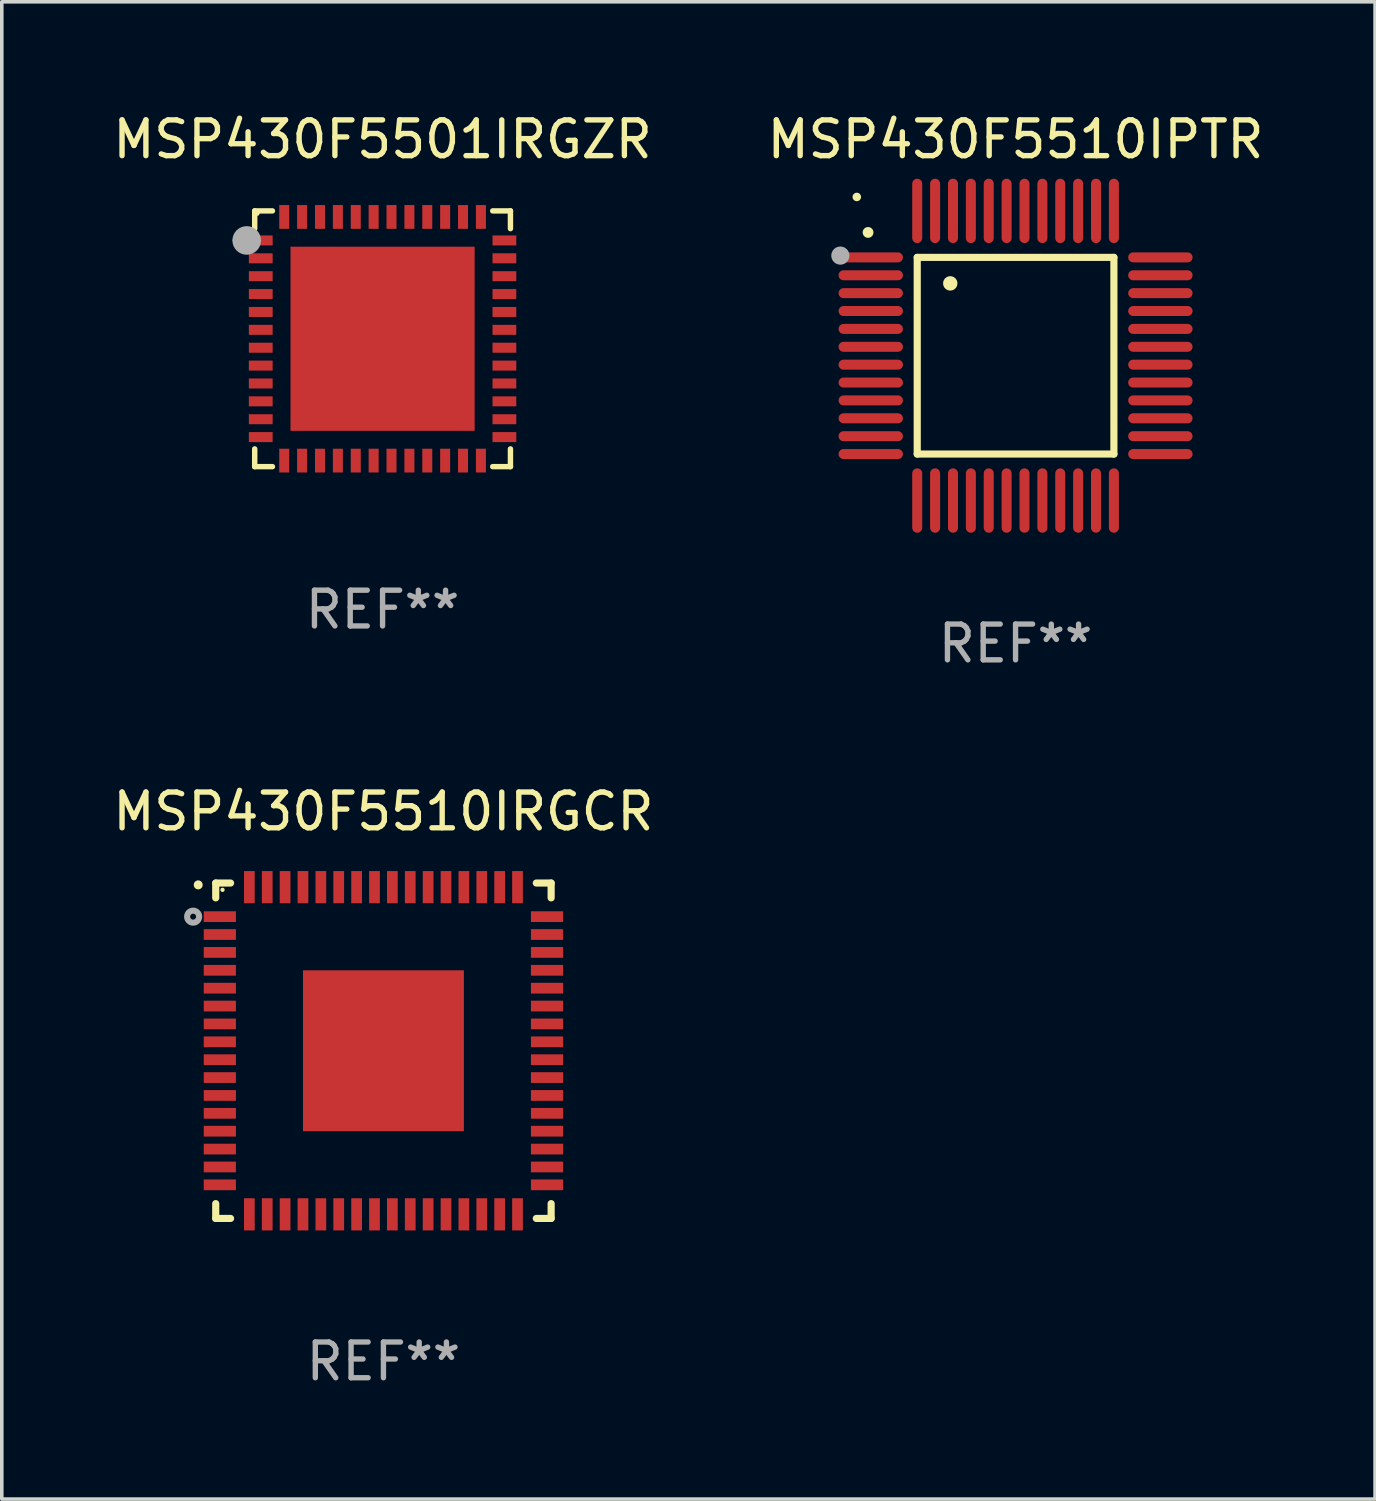
<source format=kicad_pcb>
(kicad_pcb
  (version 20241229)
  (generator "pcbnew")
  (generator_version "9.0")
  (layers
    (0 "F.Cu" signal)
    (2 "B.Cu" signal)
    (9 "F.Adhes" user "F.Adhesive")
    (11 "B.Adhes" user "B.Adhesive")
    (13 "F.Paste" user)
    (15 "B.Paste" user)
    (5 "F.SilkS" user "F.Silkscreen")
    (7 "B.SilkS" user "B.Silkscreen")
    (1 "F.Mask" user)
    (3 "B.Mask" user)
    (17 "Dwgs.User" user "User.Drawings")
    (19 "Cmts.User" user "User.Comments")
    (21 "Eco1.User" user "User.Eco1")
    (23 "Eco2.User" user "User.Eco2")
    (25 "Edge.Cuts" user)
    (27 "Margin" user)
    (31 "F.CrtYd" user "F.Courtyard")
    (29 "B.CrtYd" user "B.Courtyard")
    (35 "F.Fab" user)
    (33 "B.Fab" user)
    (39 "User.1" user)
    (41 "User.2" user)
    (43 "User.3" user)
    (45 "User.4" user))
  (footprint "MSP430F5510IRGCR"
    (layer "F.Cu")
    (at 7.673 26.335)
    (property "Reference" "MSP430F5510IRGCR" (at 0 -6.69 0) (layer "F.SilkS") (effects (font (size 1 1) (thickness 0.15))))
    (attr through_hole)
    (fp_line (start -4.69 -4.69) (end -4.275 -4.69) (stroke (width 0.2) (type solid)) (layer "F.SilkS"))
    (fp_line (start -4.69 -4.275) (end -4.69 -4.69) (stroke (width 0.2) (type solid)) (layer "F.SilkS"))
    (fp_line (start -4.69 4.275) (end -4.69 4.69) (stroke (width 0.2) (type solid)) (layer "F.SilkS"))
    (fp_line (start -4.69 4.69) (end -4.275 4.69) (stroke (width 0.2) (type solid)) (layer "F.SilkS"))
    (fp_line (start 4.275 -4.69) (end 4.69 -4.69) (stroke (width 0.2) (type solid)) (layer "F.SilkS"))
    (fp_line (start 4.275 4.69) (end 4.69 4.69) (stroke (width 0.2) (type solid)) (layer "F.SilkS"))
    (fp_line (start 4.69 -4.69) (end 4.69 -4.275) (stroke (width 0.2) (type solid)) (layer "F.SilkS"))
    (fp_line (start 4.69 4.69) (end 4.69 4.275) (stroke (width 0.2) (type solid)) (layer "F.SilkS"))
    (fp_arc (start -5.18001 -4.637338) (mid -5.180016 -4.638608) (end -5.18001 -4.639878) (stroke (width 0.24892) (type solid)) (layer "F.SilkS"))
    (fp_circle (center -4.5 -4.5) (end -4.47 -4.5) (stroke (width 0.06) (type solid)) (fill no) (layer "F.SilkS"))
    (fp_circle (center -5.322 -3.75) (end -5.239 -3.75) (stroke (width 0.17) (type solid)) (fill no) (layer "F.Fab"))
    (fp_text user "REF**" (at 0 8.69 0) (layer "F.Fab") (effects (font (size 1 1) (thickness 0.15))))
    (pad "1" smd rect (at -4.575 -3.75) (size 0.9 0.3) (layers "F.Cu" "F.Mask" "F.Paste"))
    (pad "2" smd rect (at -4.575 -3.25) (size 0.9 0.3) (layers "F.Cu" "F.Mask" "F.Paste"))
    (pad "3" smd rect (at -4.575 -2.75) (size 0.9 0.3) (layers "F.Cu" "F.Mask" "F.Paste"))
    (pad "4" smd rect (at -4.575 -2.25) (size 0.9 0.3) (layers "F.Cu" "F.Mask" "F.Paste"))
    (pad "5" smd rect (at -4.575 -1.75) (size 0.9 0.3) (layers "F.Cu" "F.Mask" "F.Paste"))
    (pad "6" smd rect (at -4.575 -1.25) (size 0.9 0.3) (layers "F.Cu" "F.Mask" "F.Paste"))
    (pad "7" smd rect (at -4.575 -0.75) (size 0.9 0.3) (layers "F.Cu" "F.Mask" "F.Paste"))
    (pad "8" smd rect (at -4.575 -0.25) (size 0.9 0.3) (layers "F.Cu" "F.Mask" "F.Paste"))
    (pad "9" smd rect (at -4.575 0.25) (size 0.9 0.3) (layers "F.Cu" "F.Mask" "F.Paste"))
    (pad "10" smd rect (at -4.575 0.75) (size 0.9 0.3) (layers "F.Cu" "F.Mask" "F.Paste"))
    (pad "11" smd rect (at -4.575 1.25) (size 0.9 0.3) (layers "F.Cu" "F.Mask" "F.Paste"))
    (pad "12" smd rect (at -4.575 1.75) (size 0.9 0.3) (layers "F.Cu" "F.Mask" "F.Paste"))
    (pad "13" smd rect (at -4.575 2.25) (size 0.9 0.3) (layers "F.Cu" "F.Mask" "F.Paste"))
    (pad "14" smd rect (at -4.575 2.75) (size 0.9 0.3) (layers "F.Cu" "F.Mask" "F.Paste"))
    (pad "15" smd rect (at -4.575 3.25) (size 0.9 0.3) (layers "F.Cu" "F.Mask" "F.Paste"))
    (pad "16" smd rect (at -4.575 3.75) (size 0.9 0.3) (layers "F.Cu" "F.Mask" "F.Paste"))
    (pad "17" smd rect (at -3.75 4.575 90) (size 0.9 0.3) (layers "F.Cu" "F.Mask" "F.Paste"))
    (pad "18" smd rect (at -3.25 4.575 90) (size 0.9 0.3) (layers "F.Cu" "F.Mask" "F.Paste"))
    (pad "19" smd rect (at -2.75 4.575 90) (size 0.9 0.3) (layers "F.Cu" "F.Mask" "F.Paste"))
    (pad "20" smd rect (at -2.25 4.575 90) (size 0.9 0.3) (layers "F.Cu" "F.Mask" "F.Paste"))
    (pad "21" smd rect (at -1.75 4.575 90) (size 0.9 0.3) (layers "F.Cu" "F.Mask" "F.Paste"))
    (pad "22" smd rect (at -1.25 4.575 90) (size 0.9 0.3) (layers "F.Cu" "F.Mask" "F.Paste"))
    (pad "23" smd rect (at -0.75 4.575 90) (size 0.9 0.3) (layers "F.Cu" "F.Mask" "F.Paste"))
    (pad "24" smd rect (at -0.25 4.575 90) (size 0.9 0.3) (layers "F.Cu" "F.Mask" "F.Paste"))
    (pad "25" smd rect (at 0.25 4.575 90) (size 0.9 0.3) (layers "F.Cu" "F.Mask" "F.Paste"))
    (pad "26" smd rect (at 0.75 4.575 90) (size 0.9 0.3) (layers "F.Cu" "F.Mask" "F.Paste"))
    (pad "27" smd rect (at 1.25 4.575 90) (size 0.9 0.3) (layers "F.Cu" "F.Mask" "F.Paste"))
    (pad "28" smd rect (at 1.75 4.575 90) (size 0.9 0.3) (layers "F.Cu" "F.Mask" "F.Paste"))
    (pad "29" smd rect (at 2.25 4.575 90) (size 0.9 0.3) (layers "F.Cu" "F.Mask" "F.Paste"))
    (pad "30" smd rect (at 2.75 4.575 90) (size 0.9 0.3) (layers "F.Cu" "F.Mask" "F.Paste"))
    (pad "31" smd rect (at 3.25 4.575 90) (size 0.9 0.3) (layers "F.Cu" "F.Mask" "F.Paste"))
    (pad "32" smd rect (at 3.75 4.575 90) (size 0.9 0.3) (layers "F.Cu" "F.Mask" "F.Paste"))
    (pad "33" smd rect (at 4.575 3.75 180) (size 0.9 0.3) (layers "F.Cu" "F.Mask" "F.Paste"))
    (pad "34" smd rect (at 4.575 3.25) (size 0.9 0.3) (layers "F.Cu" "F.Mask" "F.Paste"))
    (pad "35" smd rect (at 4.575 2.75) (size 0.9 0.3) (layers "F.Cu" "F.Mask" "F.Paste"))
    (pad "36" smd rect (at 4.575 2.25) (size 0.9 0.3) (layers "F.Cu" "F.Mask" "F.Paste"))
    (pad "37" smd rect (at 4.575 1.75) (size 0.9 0.3) (layers "F.Cu" "F.Mask" "F.Paste"))
    (pad "38" smd rect (at 4.575 1.25) (size 0.9 0.3) (layers "F.Cu" "F.Mask" "F.Paste"))
    (pad "39" smd rect (at 4.575 0.75) (size 0.9 0.3) (layers "F.Cu" "F.Mask" "F.Paste"))
    (pad "40" smd rect (at 4.575 0.25) (size 0.9 0.3) (layers "F.Cu" "F.Mask" "F.Paste"))
    (pad "41" smd rect (at 4.575 -0.25) (size 0.9 0.3) (layers "F.Cu" "F.Mask" "F.Paste"))
    (pad "42" smd rect (at 4.575 -0.75) (size 0.9 0.3) (layers "F.Cu" "F.Mask" "F.Paste"))
    (pad "43" smd rect (at 4.575 -1.25) (size 0.9 0.3) (layers "F.Cu" "F.Mask" "F.Paste"))
    (pad "44" smd rect (at 4.575 -1.75) (size 0.9 0.3) (layers "F.Cu" "F.Mask" "F.Paste"))
    (pad "45" smd rect (at 4.575 -2.25) (size 0.9 0.3) (layers "F.Cu" "F.Mask" "F.Paste"))
    (pad "46" smd rect (at 4.575 -2.75) (size 0.9 0.3) (layers "F.Cu" "F.Mask" "F.Paste"))
    (pad "47" smd rect (at 4.575 -3.25) (size 0.9 0.3) (layers "F.Cu" "F.Mask" "F.Paste"))
    (pad "48" smd rect (at 4.575 -3.75) (size 0.9 0.3) (layers "F.Cu" "F.Mask" "F.Paste"))
    (pad "49" smd rect (at 3.75 -4.575 90) (size 0.9 0.3) (layers "F.Cu" "F.Mask" "F.Paste"))
    (pad "50" smd rect (at 3.25 -4.575 90) (size 0.9 0.3) (layers "F.Cu" "F.Mask" "F.Paste"))
    (pad "51" smd rect (at 2.75 -4.575 90) (size 0.9 0.3) (layers "F.Cu" "F.Mask" "F.Paste"))
    (pad "52" smd rect (at 2.25 -4.575 90) (size 0.9 0.3) (layers "F.Cu" "F.Mask" "F.Paste"))
    (pad "53" smd rect (at 1.75 -4.575 90) (size 0.9 0.3) (layers "F.Cu" "F.Mask" "F.Paste"))
    (pad "54" smd rect (at 1.25 -4.575 90) (size 0.9 0.3) (layers "F.Cu" "F.Mask" "F.Paste"))
    (pad "55" smd rect (at 0.75 -4.575 90) (size 0.9 0.3) (layers "F.Cu" "F.Mask" "F.Paste"))
    (pad "56" smd rect (at 0.25 -4.575 90) (size 0.9 0.3) (layers "F.Cu" "F.Mask" "F.Paste"))
    (pad "57" smd rect (at -0.25 -4.575 90) (size 0.9 0.3) (layers "F.Cu" "F.Mask" "F.Paste"))
    (pad "58" smd rect (at -0.75 -4.575 90) (size 0.9 0.3) (layers "F.Cu" "F.Mask" "F.Paste"))
    (pad "59" smd rect (at -1.25 -4.575 90) (size 0.9 0.3) (layers "F.Cu" "F.Mask" "F.Paste"))
    (pad "60" smd rect (at -1.75 -4.575 90) (size 0.9 0.3) (layers "F.Cu" "F.Mask" "F.Paste"))
    (pad "61" smd rect (at -2.25 -4.575 90) (size 0.9 0.3) (layers "F.Cu" "F.Mask" "F.Paste"))
    (pad "62" smd rect (at -2.75 -4.575 90) (size 0.9 0.3) (layers "F.Cu" "F.Mask" "F.Paste"))
    (pad "63" smd rect (at -3.25 -4.575 90) (size 0.9 0.3) (layers "F.Cu" "F.Mask" "F.Paste"))
    (pad "64" smd rect (at -3.75 -4.575 90) (size 0.9 0.3) (layers "F.Cu" "F.Mask" "F.Paste"))
    (pad "65" smd rect (at 0 0.000381) (size 4.5 4.5) (layers "F.Cu" "F.Mask" "F.Paste")))
  (footprint "MSP430F5510IPTR"
    (layer "F.Cu")
    (at 25.351 6.898)
    (property "Reference" "MSP430F5510IPTR" (at 0 -6.05 0) (layer "F.SilkS") (effects (font (size 1 1) (thickness 0.15))))
    (attr through_hole)
    (fp_line (start -2.75 -2.75) (end 2.75 -2.75) (stroke (width 0.2) (type solid)) (layer "F.SilkS"))
    (fp_line (start -2.75 2.75) (end -2.75 -2.75) (stroke (width 0.2) (type solid)) (layer "F.SilkS"))
    (fp_line (start 2.75 -2.75) (end 2.75 2.75) (stroke (width 0.2) (type solid)) (layer "F.SilkS"))
    (fp_line (start 2.75 2.75) (end -2.75 2.75) (stroke (width 0.2) (type solid)) (layer "F.SilkS"))
    (fp_arc (start -4.124968 -3.446787) (mid -4.124973 -3.448057) (end -4.124968 -3.449327) (stroke (width 0.3) (type solid)) (layer "F.SilkS"))
    (fp_arc (start -1.826264 -2.021844) (mid -1.826268 -2.023114) (end -1.826264 -2.024384) (stroke (width 0.4) (type solid)) (layer "F.SilkS"))
    (fp_circle (center -4.44 -4.44) (end -4.38 -4.44) (stroke (width 0.12) (type solid)) (fill no) (layer "F.SilkS"))
    (fp_circle (center -4.9 -2.8) (end -4.773 -2.8) (stroke (width 0.254) (type solid)) (fill no) (layer "F.Fab"))
    (fp_text user "REF**" (at 0 8.05 0) (layer "F.Fab") (effects (font (size 1 1) (thickness 0.15))))
    (pad "1" smd oval (at -4.05 -2.75 90) (size 0.28 1.8) (layers "F.Cu" "F.Mask" "F.Paste"))
    (pad "2" smd oval (at -4.05 -2.25 90) (size 0.28 1.8) (layers "F.Cu" "F.Mask" "F.Paste"))
    (pad "3" smd oval (at -4.05 -1.75 90) (size 0.28 1.8) (layers "F.Cu" "F.Mask" "F.Paste"))
    (pad "4" smd oval (at -4.05 -1.25 90) (size 0.28 1.8) (layers "F.Cu" "F.Mask" "F.Paste"))
    (pad "5" smd oval (at -4.05 -0.75 90) (size 0.28 1.8) (layers "F.Cu" "F.Mask" "F.Paste"))
    (pad "6" smd oval (at -4.05 -0.25 90) (size 0.28 1.8) (layers "F.Cu" "F.Mask" "F.Paste"))
    (pad "7" smd oval (at -4.05 0.25 90) (size 0.28 1.8) (layers "F.Cu" "F.Mask" "F.Paste"))
    (pad "8" smd oval (at -4.05 0.75 90) (size 0.28 1.8) (layers "F.Cu" "F.Mask" "F.Paste"))
    (pad "9" smd oval (at -4.05 1.25 90) (size 0.28 1.8) (layers "F.Cu" "F.Mask" "F.Paste"))
    (pad "10" smd oval (at -4.05 1.75 90) (size 0.28 1.8) (layers "F.Cu" "F.Mask" "F.Paste"))
    (pad "11" smd oval (at -4.05 2.25 90) (size 0.28 1.8) (layers "F.Cu" "F.Mask" "F.Paste"))
    (pad "12" smd oval (at -4.05 2.75 90) (size 0.28 1.8) (layers "F.Cu" "F.Mask" "F.Paste"))
    (pad "13" smd oval (at -2.75 4.05) (size 0.28 1.8) (layers "F.Cu" "F.Mask" "F.Paste"))
    (pad "14" smd oval (at -2.25 4.05) (size 0.28 1.8) (layers "F.Cu" "F.Mask" "F.Paste"))
    (pad "15" smd oval (at -1.75 4.05) (size 0.28 1.8) (layers "F.Cu" "F.Mask" "F.Paste"))
    (pad "16" smd oval (at -1.25 4.05) (size 0.28 1.8) (layers "F.Cu" "F.Mask" "F.Paste"))
    (pad "17" smd oval (at -0.75 4.05) (size 0.28 1.8) (layers "F.Cu" "F.Mask" "F.Paste"))
    (pad "18" smd oval (at -0.25 4.05) (size 0.28 1.8) (layers "F.Cu" "F.Mask" "F.Paste"))
    (pad "19" smd oval (at 0.25 4.05) (size 0.28 1.8) (layers "F.Cu" "F.Mask" "F.Paste"))
    (pad "20" smd oval (at 0.75 4.05) (size 0.28 1.8) (layers "F.Cu" "F.Mask" "F.Paste"))
    (pad "21" smd oval (at 1.25 4.05) (size 0.28 1.8) (layers "F.Cu" "F.Mask" "F.Paste"))
    (pad "22" smd oval (at 1.75 4.05) (size 0.28 1.8) (layers "F.Cu" "F.Mask" "F.Paste"))
    (pad "23" smd oval (at 2.25 4.05) (size 0.28 1.8) (layers "F.Cu" "F.Mask" "F.Paste"))
    (pad "24" smd oval (at 2.75 4.05) (size 0.28 1.8) (layers "F.Cu" "F.Mask" "F.Paste"))
    (pad "25" smd oval (at 4.05 2.75 90) (size 0.28 1.8) (layers "F.Cu" "F.Mask" "F.Paste"))
    (pad "26" smd oval (at 4.05 2.25 90) (size 0.28 1.8) (layers "F.Cu" "F.Mask" "F.Paste"))
    (pad "27" smd oval (at 4.05 1.75 90) (size 0.28 1.8) (layers "F.Cu" "F.Mask" "F.Paste"))
    (pad "28" smd oval (at 4.05 1.25 90) (size 0.28 1.8) (layers "F.Cu" "F.Mask" "F.Paste"))
    (pad "29" smd oval (at 4.05 0.75 90) (size 0.28 1.8) (layers "F.Cu" "F.Mask" "F.Paste"))
    (pad "30" smd oval (at 4.05 0.25 90) (size 0.28 1.8) (layers "F.Cu" "F.Mask" "F.Paste"))
    (pad "31" smd oval (at 4.05 -0.25 90) (size 0.28 1.8) (layers "F.Cu" "F.Mask" "F.Paste"))
    (pad "32" smd oval (at 4.05 -0.75 90) (size 0.28 1.8) (layers "F.Cu" "F.Mask" "F.Paste"))
    (pad "33" smd oval (at 4.05 -1.25 90) (size 0.28 1.8) (layers "F.Cu" "F.Mask" "F.Paste"))
    (pad "34" smd oval (at 4.05 -1.75 90) (size 0.28 1.8) (layers "F.Cu" "F.Mask" "F.Paste"))
    (pad "35" smd oval (at 4.05 -2.25 90) (size 0.28 1.8) (layers "F.Cu" "F.Mask" "F.Paste"))
    (pad "36" smd oval (at 4.05 -2.75 90) (size 0.28 1.8) (layers "F.Cu" "F.Mask" "F.Paste"))
    (pad "37" smd oval (at 2.75 -4.05) (size 0.28 1.8) (layers "F.Cu" "F.Mask" "F.Paste"))
    (pad "38" smd oval (at 2.25 -4.05) (size 0.28 1.8) (layers "F.Cu" "F.Mask" "F.Paste"))
    (pad "39" smd oval (at 1.75 -4.05) (size 0.28 1.8) (layers "F.Cu" "F.Mask" "F.Paste"))
    (pad "40" smd oval (at 1.25 -4.05) (size 0.28 1.8) (layers "F.Cu" "F.Mask" "F.Paste"))
    (pad "41" smd oval (at 0.75 -4.05) (size 0.28 1.8) (layers "F.Cu" "F.Mask" "F.Paste"))
    (pad "42" smd oval (at 0.25 -4.05) (size 0.28 1.8) (layers "F.Cu" "F.Mask" "F.Paste"))
    (pad "43" smd oval (at -0.25 -4.05) (size 0.28 1.8) (layers "F.Cu" "F.Mask" "F.Paste"))
    (pad "44" smd oval (at -0.75 -4.05) (size 0.28 1.8) (layers "F.Cu" "F.Mask" "F.Paste"))
    (pad "45" smd oval (at -1.25 -4.05) (size 0.28 1.8) (layers "F.Cu" "F.Mask" "F.Paste"))
    (pad "46" smd oval (at -1.75 -4.05) (size 0.28 1.8) (layers "F.Cu" "F.Mask" "F.Paste"))
    (pad "47" smd oval (at -2.25 -4.05) (size 0.28 1.8) (layers "F.Cu" "F.Mask" "F.Paste"))
    (pad "48" smd oval (at -2.75 -4.05) (size 0.28 1.8) (layers "F.Cu" "F.Mask" "F.Paste")))
  (footprint "MSP430F5501IRGZR"
    (layer "F.Cu")
    (at 7.649 6.424)
    (property "Reference" "MSP430F5501IRGZR" (at 0 -5.576 0) (layer "F.SilkS") (effects (font (size 1 1) (thickness 0.15))))
    (attr through_hole)
    (fp_line (start -3.576 -3.576) (end -3.576 -3.08) (stroke (width 0.152) (type solid)) (layer "F.SilkS"))
    (fp_line (start -3.576 3.576) (end -3.576 3.08) (stroke (width 0.152) (type solid)) (layer "F.SilkS"))
    (fp_line (start -3.08 -3.576) (end -3.576 -3.576) (stroke (width 0.152) (type solid)) (layer "F.SilkS"))
    (fp_line (start -3.08 3.576) (end -3.576 3.576) (stroke (width 0.152) (type solid)) (layer "F.SilkS"))
    (fp_line (start 3.08 -3.576) (end 3.576 -3.576) (stroke (width 0.152) (type solid)) (layer "F.SilkS"))
    (fp_line (start 3.08 3.576) (end 3.576 3.576) (stroke (width 0.152) (type solid)) (layer "F.SilkS"))
    (fp_line (start 3.576 -3.576) (end 3.576 -3.08) (stroke (width 0.152) (type solid)) (layer "F.SilkS"))
    (fp_line (start 3.576 3.576) (end 3.576 3.08) (stroke (width 0.152) (type solid)) (layer "F.SilkS"))
    (fp_circle (center -4.04 -2.75) (end -3.965 -2.75) (stroke (width 0.15) (type solid)) (fill no) (layer "F.SilkS"))
    (fp_circle (center -3.5 -3.5) (end -3.47 -3.5) (stroke (width 0.06) (type solid)) (fill no) (layer "F.SilkS"))
    (fp_circle (center -3.8 -2.75) (end -3.6 -2.75) (stroke (width 0.4) (type solid)) (fill no) (layer "F.Fab"))
    (fp_text user "REF**" (at 0 7.576 0) (layer "F.Fab") (effects (font (size 1 1) (thickness 0.15))))
    (pad "1" smd rect (at -3.407 -2.75) (size 0.665 0.28) (layers "F.Cu" "F.Mask" "F.Paste"))
    (pad "2" smd rect (at -3.407 -2.25) (size 0.665 0.28) (layers "F.Cu" "F.Mask" "F.Paste"))
    (pad "3" smd rect (at -3.407 -1.75) (size 0.665 0.28) (layers "F.Cu" "F.Mask" "F.Paste"))
    (pad "4" smd rect (at -3.407 -1.25) (size 0.665 0.28) (layers "F.Cu" "F.Mask" "F.Paste"))
    (pad "5" smd rect (at -3.407 -0.75) (size 0.665 0.28) (layers "F.Cu" "F.Mask" "F.Paste"))
    (pad "6" smd rect (at -3.407 -0.25) (size 0.665 0.28) (layers "F.Cu" "F.Mask" "F.Paste"))
    (pad "7" smd rect (at -3.407 0.25) (size 0.665 0.28) (layers "F.Cu" "F.Mask" "F.Paste"))
    (pad "8" smd rect (at -3.407 0.75) (size 0.665 0.28) (layers "F.Cu" "F.Mask" "F.Paste"))
    (pad "9" smd rect (at -3.407 1.25) (size 0.665 0.28) (layers "F.Cu" "F.Mask" "F.Paste"))
    (pad "10" smd rect (at -3.407 1.75) (size 0.665 0.28) (layers "F.Cu" "F.Mask" "F.Paste"))
    (pad "11" smd rect (at -3.407 2.25) (size 0.665 0.28) (layers "F.Cu" "F.Mask" "F.Paste"))
    (pad "12" smd rect (at -3.407 2.75) (size 0.665 0.28) (layers "F.Cu" "F.Mask" "F.Paste"))
    (pad "13" smd rect (at -2.75 3.407) (size 0.28 0.665) (layers "F.Cu" "F.Mask" "F.Paste"))
    (pad "14" smd rect (at -2.25 3.407) (size 0.28 0.665) (layers "F.Cu" "F.Mask" "F.Paste"))
    (pad "15" smd rect (at -1.75 3.407) (size 0.28 0.665) (layers "F.Cu" "F.Mask" "F.Paste"))
    (pad "16" smd rect (at -1.25 3.407) (size 0.28 0.665) (layers "F.Cu" "F.Mask" "F.Paste"))
    (pad "17" smd rect (at -0.75 3.407) (size 0.28 0.665) (layers "F.Cu" "F.Mask" "F.Paste"))
    (pad "18" smd rect (at -0.25 3.407) (size 0.28 0.665) (layers "F.Cu" "F.Mask" "F.Paste"))
    (pad "19" smd rect (at 0.25 3.407) (size 0.28 0.665) (layers "F.Cu" "F.Mask" "F.Paste"))
    (pad "20" smd rect (at 0.75 3.407) (size 0.28 0.665) (layers "F.Cu" "F.Mask" "F.Paste"))
    (pad "21" smd rect (at 1.25 3.407) (size 0.28 0.665) (layers "F.Cu" "F.Mask" "F.Paste"))
    (pad "22" smd rect (at 1.75 3.407) (size 0.28 0.665) (layers "F.Cu" "F.Mask" "F.Paste"))
    (pad "23" smd rect (at 2.25 3.407) (size 0.28 0.665) (layers "F.Cu" "F.Mask" "F.Paste"))
    (pad "24" smd rect (at 2.75 3.407) (size 0.28 0.665) (layers "F.Cu" "F.Mask" "F.Paste"))
    (pad "25" smd rect (at 3.407 2.75) (size 0.665 0.28) (layers "F.Cu" "F.Mask" "F.Paste"))
    (pad "26" smd rect (at 3.407 2.25) (size 0.665 0.28) (layers "F.Cu" "F.Mask" "F.Paste"))
    (pad "27" smd rect (at 3.407 1.75) (size 0.665 0.28) (layers "F.Cu" "F.Mask" "F.Paste"))
    (pad "28" smd rect (at 3.407 1.25) (size 0.665 0.28) (layers "F.Cu" "F.Mask" "F.Paste"))
    (pad "29" smd rect (at 3.407 0.75) (size 0.665 0.28) (layers "F.Cu" "F.Mask" "F.Paste"))
    (pad "30" smd rect (at 3.407 0.25) (size 0.665 0.28) (layers "F.Cu" "F.Mask" "F.Paste"))
    (pad "31" smd rect (at 3.407 -0.25) (size 0.665 0.28) (layers "F.Cu" "F.Mask" "F.Paste"))
    (pad "32" smd rect (at 3.407 -0.75) (size 0.665 0.28) (layers "F.Cu" "F.Mask" "F.Paste"))
    (pad "33" smd rect (at 3.407 -1.25) (size 0.665 0.28) (layers "F.Cu" "F.Mask" "F.Paste"))
    (pad "34" smd rect (at 3.407 -1.75) (size 0.665 0.28) (layers "F.Cu" "F.Mask" "F.Paste"))
    (pad "35" smd rect (at 3.407 -2.25) (size 0.665 0.28) (layers "F.Cu" "F.Mask" "F.Paste"))
    (pad "36" smd rect (at 3.407 -2.75) (size 0.665 0.28) (layers "F.Cu" "F.Mask" "F.Paste"))
    (pad "37" smd rect (at 2.75 -3.407) (size 0.28 0.665) (layers "F.Cu" "F.Mask" "F.Paste"))
    (pad "38" smd rect (at 2.25 -3.407) (size 0.28 0.665) (layers "F.Cu" "F.Mask" "F.Paste"))
    (pad "39" smd rect (at 1.75 -3.407) (size 0.28 0.665) (layers "F.Cu" "F.Mask" "F.Paste"))
    (pad "40" smd rect (at 1.25 -3.407) (size 0.28 0.665) (layers "F.Cu" "F.Mask" "F.Paste"))
    (pad "41" smd rect (at 0.75 -3.407) (size 0.28 0.665) (layers "F.Cu" "F.Mask" "F.Paste"))
    (pad "42" smd rect (at 0.25 -3.407) (size 0.28 0.665) (layers "F.Cu" "F.Mask" "F.Paste"))
    (pad "43" smd rect (at -0.25 -3.407) (size 0.28 0.665) (layers "F.Cu" "F.Mask" "F.Paste"))
    (pad "44" smd rect (at -0.75 -3.407) (size 0.28 0.665) (layers "F.Cu" "F.Mask" "F.Paste"))
    (pad "45" smd rect (at -1.25 -3.407) (size 0.28 0.665) (layers "F.Cu" "F.Mask" "F.Paste"))
    (pad "46" smd rect (at -1.75 -3.407) (size 0.28 0.665) (layers "F.Cu" "F.Mask" "F.Paste"))
    (pad "47" smd rect (at -2.25 -3.407) (size 0.28 0.665) (layers "F.Cu" "F.Mask" "F.Paste"))
    (pad "48" smd rect (at -2.75 -3.407) (size 0.28 0.665) (layers "F.Cu" "F.Mask" "F.Paste"))
    (pad "49" smd rect (at 0 0) (size 5.15 5.15) (layers "F.Cu" "F.Mask" "F.Paste")))
  (gr_rect
    (start -3 -3)
    (end 35.405 38.873)
    (stroke (width 0.1) (type default))
    (fill no)
    (layer "Edge.Cuts")))
</source>
